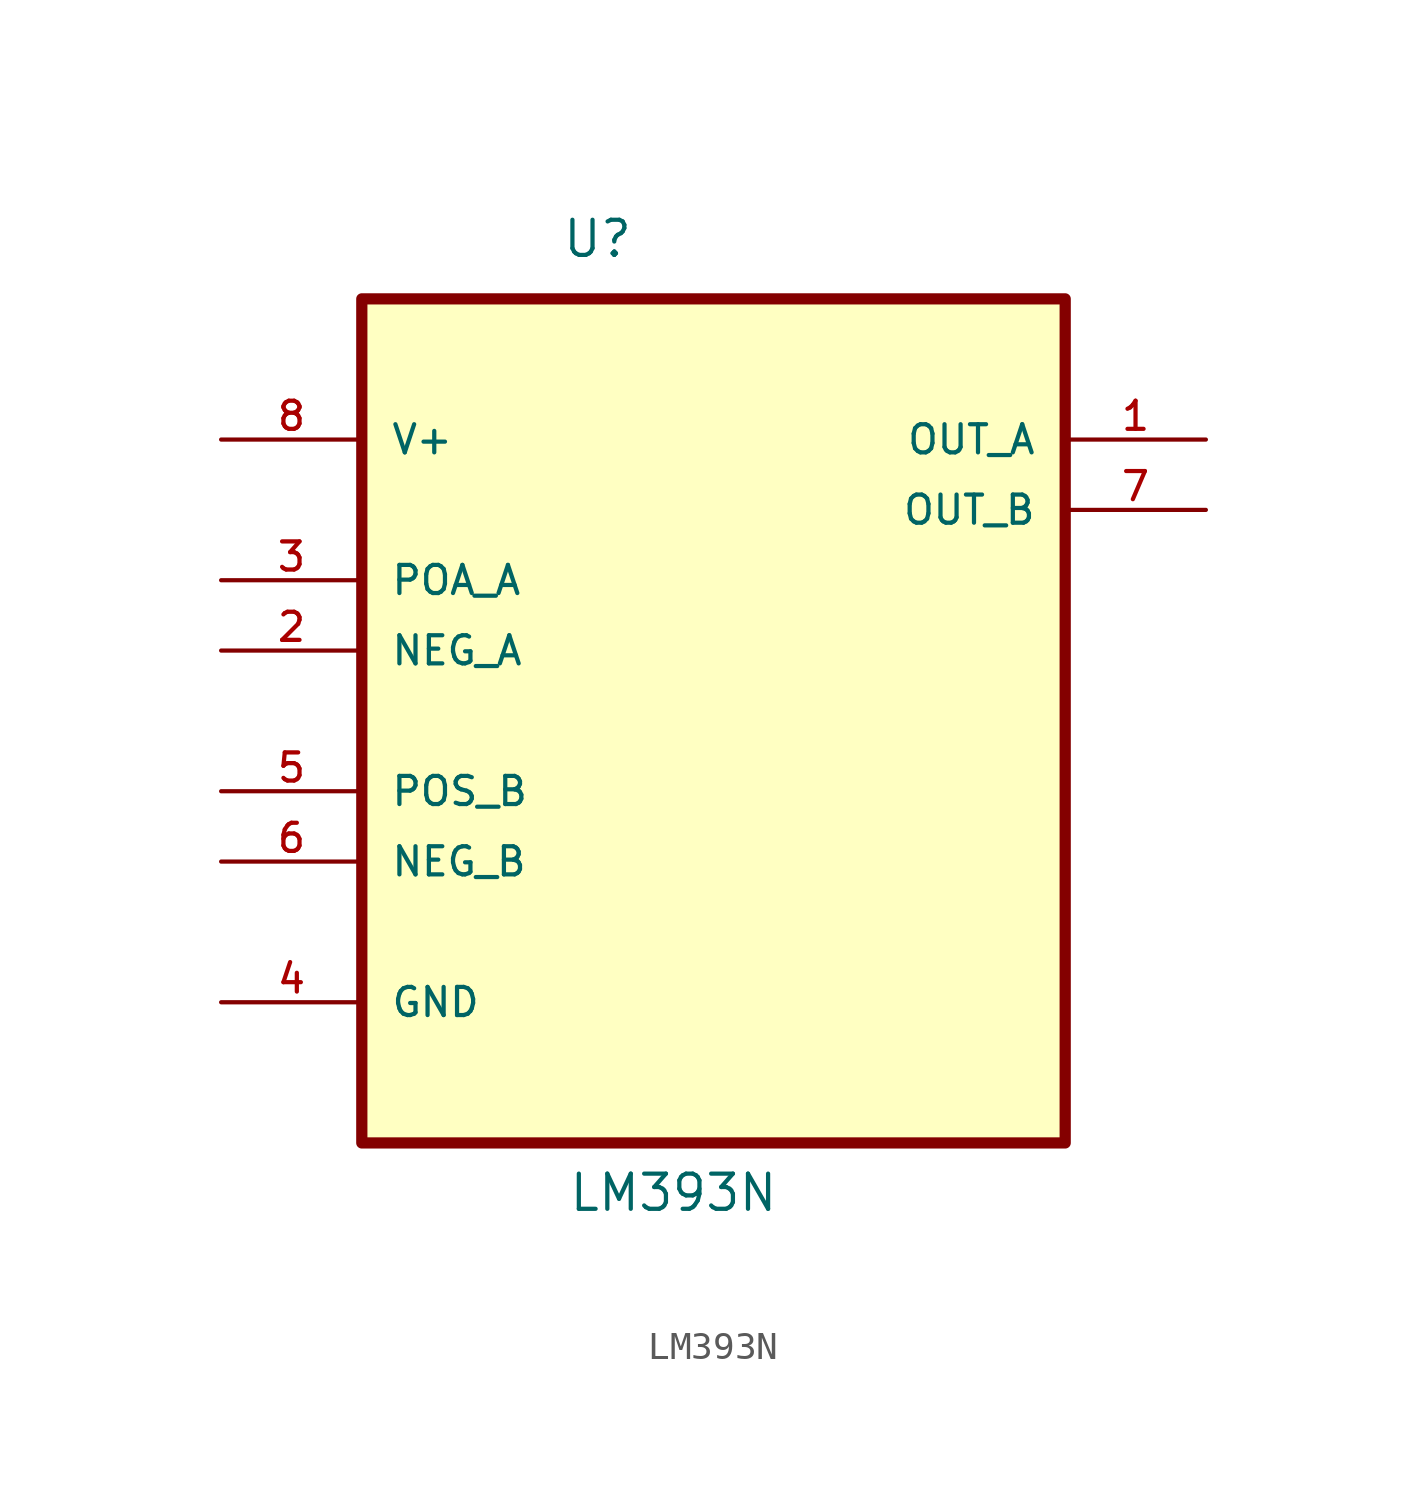
<source format=kicad_sym>
(kicad_symbol_lib
  (version 20211014)
  (generator kicad_symbol_editor)
  (symbol "LM393N"
    (pin_names
      (offset 1.016))
    (property "Reference" "U"
      (at -5.497 14.124 0.0)
      (effects (font (size 1.27 1.27)) (justify bottom left)))
    (property "Value" "LM393N"
      (at -5.265 -20.322 0.0)
      (effects (font (size 1.27 1.27)) (justify bottom left)))
    (symbol "LM393N_0_0"
      (rectangle (start -12.7 -17.78) (end 12.7 12.7) (stroke (width 0.406)) (fill (type background)))
      (pin power_in line (at -17.78 7.62 0) (length 5.08) (name "V+" (effects (font (size 1.016 1.016)))) (number "8" (effects (font (size 1.016 1.016)))))
      (pin input line (at -17.78 2.54 0) (length 5.08) (name "POA_A" (effects (font (size 1.016 1.016)))) (number "3" (effects (font (size 1.016 1.016)))))
      (pin input line (at -17.78 0.0 0) (length 5.08) (name "NEG_A" (effects (font (size 1.016 1.016)))) (number "2" (effects (font (size 1.016 1.016)))))
      (pin input line (at -17.78 -5.08 0) (length 5.08) (name "POS_B" (effects (font (size 1.016 1.016)))) (number "5" (effects (font (size 1.016 1.016)))))
      (pin input line (at -17.78 -7.62 0) (length 5.08) (name "NEG_B" (effects (font (size 1.016 1.016)))) (number "6" (effects (font (size 1.016 1.016)))))
      (pin passive line (at -17.78 -12.7 0) (length 5.08) (name "GND" (effects (font (size 1.016 1.016)))) (number "4" (effects (font (size 1.016 1.016)))))
      (pin output line (at 17.78 7.62 180.0) (length 5.08) (name "OUT_A" (effects (font (size 1.016 1.016)))) (number "1" (effects (font (size 1.016 1.016)))))
      (pin output line (at 17.78 5.08 180.0) (length 5.08) (name "OUT_B" (effects (font (size 1.016 1.016)))) (number "7" (effects (font (size 1.016 1.016))))))))
</source>
